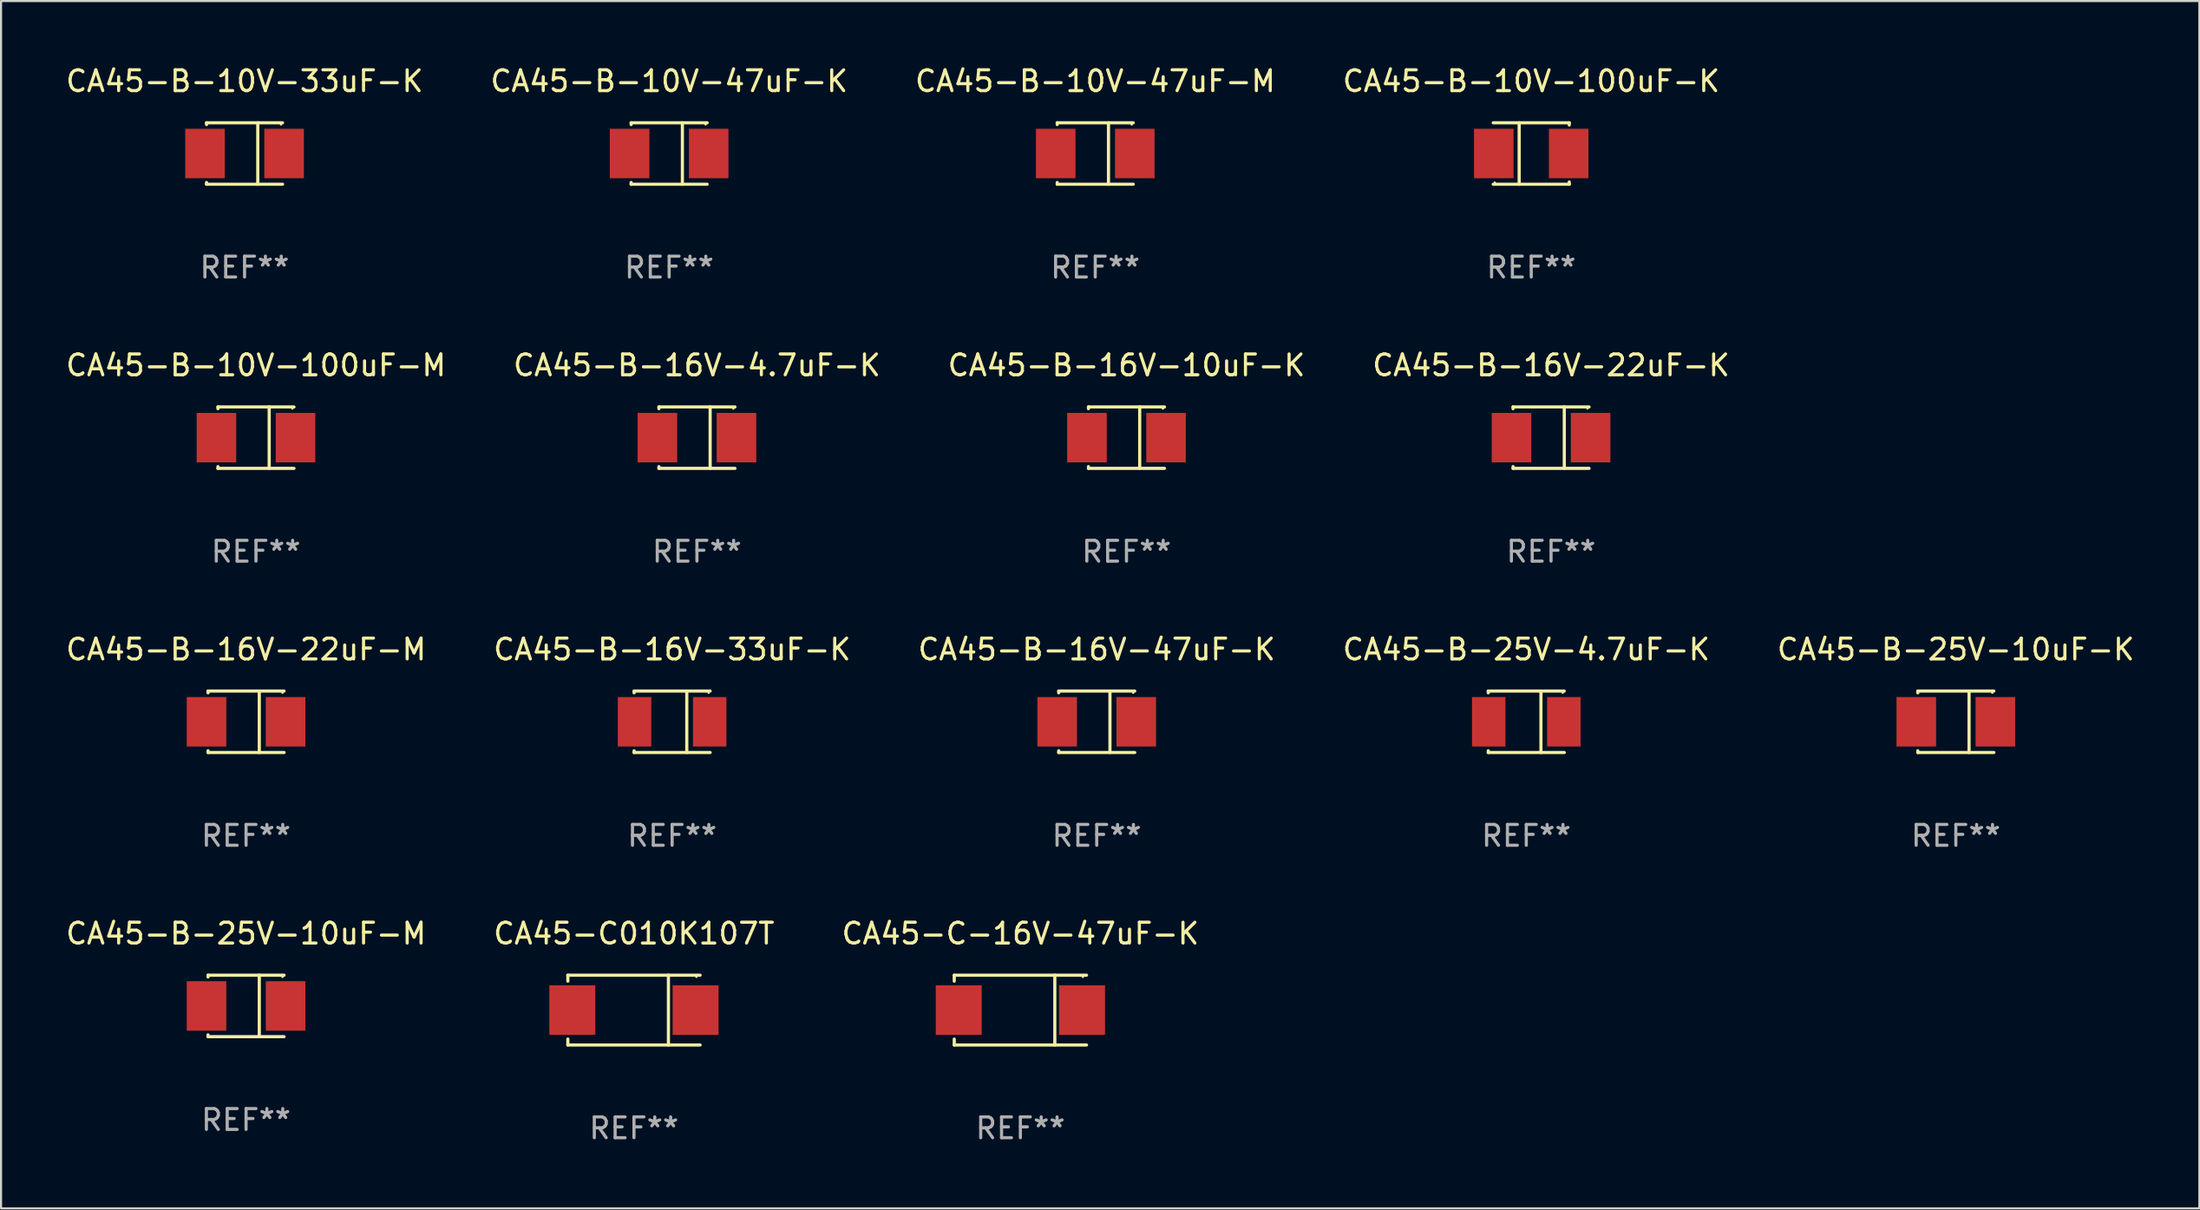
<source format=kicad_pcb>
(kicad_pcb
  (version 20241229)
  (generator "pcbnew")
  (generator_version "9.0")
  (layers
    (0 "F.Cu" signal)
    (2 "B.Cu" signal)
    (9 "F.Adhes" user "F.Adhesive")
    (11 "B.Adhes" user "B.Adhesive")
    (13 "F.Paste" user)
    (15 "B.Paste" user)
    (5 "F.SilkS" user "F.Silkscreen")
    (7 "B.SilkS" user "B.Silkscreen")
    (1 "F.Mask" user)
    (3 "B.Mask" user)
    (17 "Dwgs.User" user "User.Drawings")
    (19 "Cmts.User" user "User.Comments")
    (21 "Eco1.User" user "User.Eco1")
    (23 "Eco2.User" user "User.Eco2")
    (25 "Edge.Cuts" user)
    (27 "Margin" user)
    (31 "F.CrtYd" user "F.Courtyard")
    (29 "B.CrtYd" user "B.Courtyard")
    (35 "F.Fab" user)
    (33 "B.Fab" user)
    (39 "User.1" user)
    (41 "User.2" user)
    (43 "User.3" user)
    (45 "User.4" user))
  (footprint "CA45-C010K107T"
    (layer "F.Cu")
    (at 27.399 45.471)
    (property "Reference" "CA45-C010K107T" (at 0 -3.676 0) (layer "F.SilkS") (effects (font (size 1 1) (thickness 0.15))))
    (attr through_hole)
    (fp_line (start -3.176 -1.676) (end -3.176 -1.391) (stroke (width 0.152) (type solid)) (layer "F.SilkS"))
    (fp_line (start -3.176 -1.676) (end 3.176 -1.676) (stroke (width 0.152) (type solid)) (layer "F.SilkS"))
    (fp_line (start -3.176 1.676) (end -3.176 1.391) (stroke (width 0.152) (type solid)) (layer "F.SilkS"))
    (fp_line (start -3.176 1.676) (end 3.176 1.676) (stroke (width 0.152) (type solid)) (layer "F.SilkS"))
    (fp_line (start 1.654 -1.676) (end 1.654 1.676) (stroke (width 0.152) (type solid)) (layer "F.SilkS"))
    (fp_circle (center 3 -1.6) (end 3.03 -1.6) (stroke (width 0.06) (type solid)) (fill no) (layer "F.SilkS"))
    (fp_text user "REF**" (at 0 5.676 0) (layer "F.Fab") (effects (font (size 1 1) (thickness 0.15))))
    (pad "1" smd rect (at 2.961 0) (size 2.207 2.376) (layers "F.Cu" "F.Mask" "F.Paste"))
    (pad "2" smd rect (at -2.961 0) (size 2.207 2.376) (layers "F.Cu" "F.Mask" "F.Paste")))
  (footprint "CA45-B-16V-10uF-K"
    (layer "F.Cu")
    (at 51.054 17.973)
    (property "Reference" "CA45-B-16V-10uF-K" (at 0 -3.476 0) (layer "F.SilkS") (effects (font (size 1 1) (thickness 0.15))))
    (attr through_hole)
    (fp_line (start -1.826 -1.476) (end -1.826 -1.391) (stroke (width 0.152) (type solid)) (layer "F.SilkS"))
    (fp_line (start -1.826 -1.476) (end 1.826 -1.476) (stroke (width 0.152) (type solid)) (layer "F.SilkS"))
    (fp_line (start -1.826 1.476) (end -1.826 1.391) (stroke (width 0.152) (type solid)) (layer "F.SilkS"))
    (fp_line (start -1.826 1.476) (end 1.826 1.476) (stroke (width 0.152) (type solid)) (layer "F.SilkS"))
    (fp_line (start 0.635 -1.476) (end 0.635 1.476) (stroke (width 0.152) (type solid)) (layer "F.SilkS"))
    (fp_circle (center 1.75 -1.4) (end 1.78 -1.4) (stroke (width 0.06) (type solid)) (fill no) (layer "F.SilkS"))
    (fp_text user "REF**" (at 0 5.476 0) (layer "F.Fab") (effects (font (size 1 1) (thickness 0.15))))
    (pad "1" smd rect (at 1.899 0) (size 1.9 2.376) (layers "F.Cu" "F.Mask" "F.Paste"))
    (pad "2" smd rect (at -1.899 0) (size 1.9 2.376) (layers "F.Cu" "F.Mask" "F.Paste")))
  (footprint "CA45-B-25V-10uF-K"
    (layer "F.Cu")
    (at 90.887 31.622)
    (property "Reference" "CA45-B-25V-10uF-K" (at 0 -3.476 0) (layer "F.SilkS") (effects (font (size 1 1) (thickness 0.15))))
    (attr through_hole)
    (fp_line (start -1.826 -1.476) (end -1.826 -1.391) (stroke (width 0.152) (type solid)) (layer "F.SilkS"))
    (fp_line (start -1.826 -1.476) (end 1.826 -1.476) (stroke (width 0.152) (type solid)) (layer "F.SilkS"))
    (fp_line (start -1.826 1.476) (end -1.826 1.391) (stroke (width 0.152) (type solid)) (layer "F.SilkS"))
    (fp_line (start -1.826 1.476) (end 1.826 1.476) (stroke (width 0.152) (type solid)) (layer "F.SilkS"))
    (fp_line (start 0.635 -1.476) (end 0.635 1.476) (stroke (width 0.152) (type solid)) (layer "F.SilkS"))
    (fp_circle (center 1.75 -1.4) (end 1.78 -1.4) (stroke (width 0.06) (type solid)) (fill no) (layer "F.SilkS"))
    (fp_text user "REF**" (at 0 5.476 0) (layer "F.Fab") (effects (font (size 1 1) (thickness 0.15))))
    (pad "1" smd rect (at 1.899 0) (size 1.9 2.376) (layers "F.Cu" "F.Mask" "F.Paste"))
    (pad "2" smd rect (at -1.899 0) (size 1.9 2.376) (layers "F.Cu" "F.Mask" "F.Paste")))
  (footprint "CA45-B-16V-47uF-K"
    (layer "F.Cu")
    (at 49.625 31.622)
    (property "Reference" "CA45-B-16V-47uF-K" (at 0 -3.476 0) (layer "F.SilkS") (effects (font (size 1 1) (thickness 0.15))))
    (attr through_hole)
    (fp_line (start -1.826 -1.476) (end -1.826 -1.391) (stroke (width 0.152) (type solid)) (layer "F.SilkS"))
    (fp_line (start -1.826 -1.476) (end 1.826 -1.476) (stroke (width 0.152) (type solid)) (layer "F.SilkS"))
    (fp_line (start -1.826 1.476) (end -1.826 1.391) (stroke (width 0.152) (type solid)) (layer "F.SilkS"))
    (fp_line (start -1.826 1.476) (end 1.826 1.476) (stroke (width 0.152) (type solid)) (layer "F.SilkS"))
    (fp_line (start 0.635 -1.476) (end 0.635 1.476) (stroke (width 0.152) (type solid)) (layer "F.SilkS"))
    (fp_circle (center 1.75 -1.4) (end 1.78 -1.4) (stroke (width 0.06) (type solid)) (fill no) (layer "F.SilkS"))
    (fp_text user "REF**" (at 0 5.476 0) (layer "F.Fab") (effects (font (size 1 1) (thickness 0.15))))
    (pad "1" smd rect (at 1.899 0) (size 1.9 2.376) (layers "F.Cu" "F.Mask" "F.Paste"))
    (pad "2" smd rect (at -1.899 0) (size 1.9 2.376) (layers "F.Cu" "F.Mask" "F.Paste")))
  (footprint "CA45-B-10V-47uF-M"
    (layer "F.Cu")
    (at 49.554 4.324)
    (property "Reference" "CA45-B-10V-47uF-M" (at 0 -3.476 0) (layer "F.SilkS") (effects (font (size 1 1) (thickness 0.15))))
    (attr through_hole)
    (fp_line (start -1.826 -1.476) (end -1.826 -1.391) (stroke (width 0.152) (type solid)) (layer "F.SilkS"))
    (fp_line (start -1.826 -1.476) (end 1.826 -1.476) (stroke (width 0.152) (type solid)) (layer "F.SilkS"))
    (fp_line (start -1.826 1.476) (end -1.826 1.391) (stroke (width 0.152) (type solid)) (layer "F.SilkS"))
    (fp_line (start -1.826 1.476) (end 1.826 1.476) (stroke (width 0.152) (type solid)) (layer "F.SilkS"))
    (fp_line (start 0.635 -1.476) (end 0.635 1.476) (stroke (width 0.152) (type solid)) (layer "F.SilkS"))
    (fp_circle (center 1.75 -1.4) (end 1.78 -1.4) (stroke (width 0.06) (type solid)) (fill no) (layer "F.SilkS"))
    (fp_text user "REF**" (at 0 5.476 0) (layer "F.Fab") (effects (font (size 1 1) (thickness 0.15))))
    (pad "1" smd rect (at 1.899 0) (size 1.9 2.376) (layers "F.Cu" "F.Mask" "F.Paste"))
    (pad "2" smd rect (at -1.899 0) (size 1.9 2.376) (layers "F.Cu" "F.Mask" "F.Paste")))
  (footprint "CA45-B-10V-47uF-K"
    (layer "F.Cu")
    (at 29.089 4.324)
    (property "Reference" "CA45-B-10V-47uF-K" (at 0 -3.476 0) (layer "F.SilkS") (effects (font (size 1 1) (thickness 0.15))))
    (attr through_hole)
    (fp_line (start -1.826 -1.476) (end -1.826 -1.391) (stroke (width 0.152) (type solid)) (layer "F.SilkS"))
    (fp_line (start -1.826 -1.476) (end 1.826 -1.476) (stroke (width 0.152) (type solid)) (layer "F.SilkS"))
    (fp_line (start -1.826 1.476) (end -1.826 1.391) (stroke (width 0.152) (type solid)) (layer "F.SilkS"))
    (fp_line (start -1.826 1.476) (end 1.826 1.476) (stroke (width 0.152) (type solid)) (layer "F.SilkS"))
    (fp_line (start 0.635 -1.476) (end 0.635 1.476) (stroke (width 0.152) (type solid)) (layer "F.SilkS"))
    (fp_circle (center 1.75 -1.4) (end 1.78 -1.4) (stroke (width 0.06) (type solid)) (fill no) (layer "F.SilkS"))
    (fp_text user "REF**" (at 0 5.476 0) (layer "F.Fab") (effects (font (size 1 1) (thickness 0.15))))
    (pad "1" smd rect (at 1.899 0) (size 1.9 2.376) (layers "F.Cu" "F.Mask" "F.Paste"))
    (pad "2" smd rect (at -1.899 0) (size 1.9 2.376) (layers "F.Cu" "F.Mask" "F.Paste")))
  (footprint "CA45-B-25V-4.7uF-K"
    (layer "F.Cu")
    (at 70.256 31.622)
    (property "Reference" "CA45-B-25V-4.7uF-K" (at 0 -3.476 0) (layer "F.SilkS") (effects (font (size 1 1) (thickness 0.15))))
    (attr through_hole)
    (fp_line (start -1.826 -1.476) (end -1.826 -1.391) (stroke (width 0.152) (type solid)) (layer "F.SilkS"))
    (fp_line (start -1.826 -1.476) (end 1.826 -1.476) (stroke (width 0.152) (type solid)) (layer "F.SilkS"))
    (fp_line (start -1.826 1.476) (end -1.826 1.391) (stroke (width 0.152) (type solid)) (layer "F.SilkS"))
    (fp_line (start -1.826 1.476) (end 1.826 1.476) (stroke (width 0.152) (type solid)) (layer "F.SilkS"))
    (fp_line (start 0.704 -1.476) (end 0.704 1.476) (stroke (width 0.152) (type solid)) (layer "F.SilkS"))
    (fp_circle (center 1.75 -1.4) (end 1.78 -1.4) (stroke (width 0.06) (type solid)) (fill no) (layer "F.SilkS"))
    (fp_text user "REF**" (at 0 5.476 0) (layer "F.Fab") (effects (font (size 1 1) (thickness 0.15))))
    (pad "1" smd rect (at 1.804 0) (size 1.607 2.376) (layers "F.Cu" "F.Mask" "F.Paste"))
    (pad "2" smd rect (at -1.804 0) (size 1.607 2.376) (layers "F.Cu" "F.Mask" "F.Paste")))
  (footprint "CA45-B-16V-4.7uF-K"
    (layer "F.Cu")
    (at 30.423 17.973)
    (property "Reference" "CA45-B-16V-4.7uF-K" (at 0 -3.476 0) (layer "F.SilkS") (effects (font (size 1 1) (thickness 0.15))))
    (attr through_hole)
    (fp_line (start -1.826 -1.476) (end -1.826 -1.391) (stroke (width 0.152) (type solid)) (layer "F.SilkS"))
    (fp_line (start -1.826 -1.476) (end 1.826 -1.476) (stroke (width 0.152) (type solid)) (layer "F.SilkS"))
    (fp_line (start -1.826 1.476) (end -1.826 1.391) (stroke (width 0.152) (type solid)) (layer "F.SilkS"))
    (fp_line (start -1.826 1.476) (end 1.826 1.476) (stroke (width 0.152) (type solid)) (layer "F.SilkS"))
    (fp_line (start 0.635 -1.476) (end 0.635 1.476) (stroke (width 0.152) (type solid)) (layer "F.SilkS"))
    (fp_circle (center 1.75 -1.4) (end 1.78 -1.4) (stroke (width 0.06) (type solid)) (fill no) (layer "F.SilkS"))
    (fp_text user "REF**" (at 0 5.476 0) (layer "F.Fab") (effects (font (size 1 1) (thickness 0.15))))
    (pad "1" smd rect (at 1.899 0) (size 1.9 2.376) (layers "F.Cu" "F.Mask" "F.Paste"))
    (pad "2" smd rect (at -1.899 0) (size 1.9 2.376) (layers "F.Cu" "F.Mask" "F.Paste")))
  (footprint "CA45-B-10V-100uF-M"
    (layer "F.Cu")
    (at 9.244 17.973)
    (property "Reference" "CA45-B-10V-100uF-M" (at 0 -3.476 0) (layer "F.SilkS") (effects (font (size 1 1) (thickness 0.15))))
    (attr through_hole)
    (fp_line (start -1.826 -1.476) (end -1.826 -1.391) (stroke (width 0.152) (type solid)) (layer "F.SilkS"))
    (fp_line (start -1.826 -1.476) (end 1.826 -1.476) (stroke (width 0.152) (type solid)) (layer "F.SilkS"))
    (fp_line (start -1.826 1.476) (end -1.826 1.391) (stroke (width 0.152) (type solid)) (layer "F.SilkS"))
    (fp_line (start -1.826 1.476) (end 1.826 1.476) (stroke (width 0.152) (type solid)) (layer "F.SilkS"))
    (fp_line (start 0.635 -1.476) (end 0.635 1.476) (stroke (width 0.152) (type solid)) (layer "F.SilkS"))
    (fp_circle (center 1.75 -1.4) (end 1.78 -1.4) (stroke (width 0.06) (type solid)) (fill no) (layer "F.SilkS"))
    (fp_text user "REF**" (at 0 5.476 0) (layer "F.Fab") (effects (font (size 1 1) (thickness 0.15))))
    (pad "1" smd rect (at 1.899 0) (size 1.9 2.376) (layers "F.Cu" "F.Mask" "F.Paste"))
    (pad "2" smd rect (at -1.899 0) (size 1.9 2.376) (layers "F.Cu" "F.Mask" "F.Paste")))
  (footprint "CA45-B-10V-33uF-K"
    (layer "F.Cu")
    (at 8.696 4.324)
    (property "Reference" "CA45-B-10V-33uF-K" (at 0 -3.476 0) (layer "F.SilkS") (effects (font (size 1 1) (thickness 0.15))))
    (attr through_hole)
    (fp_line (start -1.826 -1.476) (end -1.826 -1.391) (stroke (width 0.152) (type solid)) (layer "F.SilkS"))
    (fp_line (start -1.826 -1.476) (end 1.826 -1.476) (stroke (width 0.152) (type solid)) (layer "F.SilkS"))
    (fp_line (start -1.826 1.476) (end -1.826 1.391) (stroke (width 0.152) (type solid)) (layer "F.SilkS"))
    (fp_line (start -1.826 1.476) (end 1.826 1.476) (stroke (width 0.152) (type solid)) (layer "F.SilkS"))
    (fp_line (start 0.635 -1.476) (end 0.635 1.476) (stroke (width 0.152) (type solid)) (layer "F.SilkS"))
    (fp_circle (center 1.75 -1.4) (end 1.78 -1.4) (stroke (width 0.06) (type solid)) (fill no) (layer "F.SilkS"))
    (fp_text user "REF**" (at 0 5.476 0) (layer "F.Fab") (effects (font (size 1 1) (thickness 0.15))))
    (pad "1" smd rect (at 1.899 0) (size 1.9 2.376) (layers "F.Cu" "F.Mask" "F.Paste"))
    (pad "2" smd rect (at -1.899 0) (size 1.9 2.376) (layers "F.Cu" "F.Mask" "F.Paste")))
  (footprint "CA45-B-16V-22uF-M"
    (layer "F.Cu")
    (at 8.768 31.622)
    (property "Reference" "CA45-B-16V-22uF-M" (at 0 -3.476 0) (layer "F.SilkS") (effects (font (size 1 1) (thickness 0.15))))
    (attr through_hole)
    (fp_line (start -1.826 -1.476) (end -1.826 -1.391) (stroke (width 0.152) (type solid)) (layer "F.SilkS"))
    (fp_line (start -1.826 -1.476) (end 1.826 -1.476) (stroke (width 0.152) (type solid)) (layer "F.SilkS"))
    (fp_line (start -1.826 1.476) (end -1.826 1.391) (stroke (width 0.152) (type solid)) (layer "F.SilkS"))
    (fp_line (start -1.826 1.476) (end 1.826 1.476) (stroke (width 0.152) (type solid)) (layer "F.SilkS"))
    (fp_line (start 0.635 -1.476) (end 0.635 1.476) (stroke (width 0.152) (type solid)) (layer "F.SilkS"))
    (fp_circle (center 1.75 -1.4) (end 1.78 -1.4) (stroke (width 0.06) (type solid)) (fill no) (layer "F.SilkS"))
    (fp_text user "REF**" (at 0 5.476 0) (layer "F.Fab") (effects (font (size 1 1) (thickness 0.15))))
    (pad "1" smd rect (at 1.899 0) (size 1.9 2.376) (layers "F.Cu" "F.Mask" "F.Paste"))
    (pad "2" smd rect (at -1.899 0) (size 1.9 2.376) (layers "F.Cu" "F.Mask" "F.Paste")))
  (footprint "CA45-B-16V-33uF-K"
    (layer "F.Cu")
    (at 29.232 31.622)
    (property "Reference" "CA45-B-16V-33uF-K" (at 0 -3.476 0) (layer "F.SilkS") (effects (font (size 1 1) (thickness 0.15))))
    (attr through_hole)
    (fp_line (start -1.826 -1.476) (end -1.826 -1.391) (stroke (width 0.152) (type solid)) (layer "F.SilkS"))
    (fp_line (start -1.826 -1.476) (end 1.826 -1.476) (stroke (width 0.152) (type solid)) (layer "F.SilkS"))
    (fp_line (start -1.826 1.476) (end -1.826 1.391) (stroke (width 0.152) (type solid)) (layer "F.SilkS"))
    (fp_line (start -1.826 1.476) (end 1.826 1.476) (stroke (width 0.152) (type solid)) (layer "F.SilkS"))
    (fp_line (start 0.704 -1.476) (end 0.704 1.476) (stroke (width 0.152) (type solid)) (layer "F.SilkS"))
    (fp_circle (center 1.75 -1.4) (end 1.78 -1.4) (stroke (width 0.06) (type solid)) (fill no) (layer "F.SilkS"))
    (fp_text user "REF**" (at 0 5.476 0) (layer "F.Fab") (effects (font (size 1 1) (thickness 0.15))))
    (pad "1" smd rect (at 1.804 0) (size 1.607 2.376) (layers "F.Cu" "F.Mask" "F.Paste"))
    (pad "2" smd rect (at -1.804 0) (size 1.607 2.376) (layers "F.Cu" "F.Mask" "F.Paste")))
  (footprint "CA45-B-10V-100uF-K"
    (layer "F.Cu")
    (at 70.494 4.324)
    (property "Reference" "CA45-B-10V-100uF-K" (at 0 -3.476 0) (layer "F.SilkS") (effects (font (size 1 1) (thickness 0.15))))
    (attr through_hole)
    (fp_line (start -1.826 -1.476) (end 1.826 -1.476) (stroke (width 0.152) (type solid)) (layer "F.SilkS"))
    (fp_line (start -1.826 1.476) (end 1.826 1.476) (stroke (width 0.152) (type solid)) (layer "F.SilkS"))
    (fp_line (start -0.58 -1.476) (end -0.58 1.476) (stroke (width 0.152) (type solid)) (layer "F.SilkS"))
    (fp_line (start 1.826 -1.476) (end 1.826 -1.368) (stroke (width 0.152) (type solid)) (layer "F.SilkS"))
    (fp_line (start 1.826 1.368) (end 1.826 1.476) (stroke (width 0.152) (type solid)) (layer "F.SilkS"))
    (fp_circle (center -1.75 1.4) (end -1.72 1.4) (stroke (width 0.06) (type solid)) (fill no) (layer "F.SilkS"))
    (fp_text user "REF**" (at 0 5.476 0) (layer "F.Fab") (effects (font (size 1 1) (thickness 0.15))))
    (pad "1" smd rect (at -1.799 0) (size 1.9 2.376) (layers "F.Cu" "F.Mask" "F.Paste"))
    (pad "2" smd rect (at 1.799 0) (size 1.9 2.376) (layers "F.Cu" "F.Mask" "F.Paste")))
  (footprint "CA45-B-16V-22uF-K"
    (layer "F.Cu")
    (at 71.446 17.973)
    (property "Reference" "CA45-B-16V-22uF-K" (at 0 -3.476 0) (layer "F.SilkS") (effects (font (size 1 1) (thickness 0.15))))
    (attr through_hole)
    (fp_line (start -1.826 -1.476) (end -1.826 -1.391) (stroke (width 0.152) (type solid)) (layer "F.SilkS"))
    (fp_line (start -1.826 -1.476) (end 1.826 -1.476) (stroke (width 0.152) (type solid)) (layer "F.SilkS"))
    (fp_line (start -1.826 1.476) (end -1.826 1.391) (stroke (width 0.152) (type solid)) (layer "F.SilkS"))
    (fp_line (start -1.826 1.476) (end 1.826 1.476) (stroke (width 0.152) (type solid)) (layer "F.SilkS"))
    (fp_line (start 0.635 -1.476) (end 0.635 1.476) (stroke (width 0.152) (type solid)) (layer "F.SilkS"))
    (fp_circle (center 1.75 -1.4) (end 1.78 -1.4) (stroke (width 0.06) (type solid)) (fill no) (layer "F.SilkS"))
    (fp_text user "REF**" (at 0 5.476 0) (layer "F.Fab") (effects (font (size 1 1) (thickness 0.15))))
    (pad "1" smd rect (at 1.899 0) (size 1.9 2.376) (layers "F.Cu" "F.Mask" "F.Paste"))
    (pad "2" smd rect (at -1.899 0) (size 1.9 2.376) (layers "F.Cu" "F.Mask" "F.Paste")))
  (footprint "CA45-C-16V-47uF-K"
    (layer "F.Cu")
    (at 45.958 45.471)
    (property "Reference" "CA45-C-16V-47uF-K" (at 0 -3.676 0) (layer "F.SilkS") (effects (font (size 1 1) (thickness 0.15))))
    (attr through_hole)
    (fp_line (start -3.176 -1.676) (end -3.176 -1.391) (stroke (width 0.152) (type solid)) (layer "F.SilkS"))
    (fp_line (start -3.176 -1.676) (end 3.176 -1.676) (stroke (width 0.152) (type solid)) (layer "F.SilkS"))
    (fp_line (start -3.176 1.676) (end -3.176 1.391) (stroke (width 0.152) (type solid)) (layer "F.SilkS"))
    (fp_line (start -3.176 1.676) (end 3.176 1.676) (stroke (width 0.152) (type solid)) (layer "F.SilkS"))
    (fp_line (start 1.654 -1.676) (end 1.654 1.676) (stroke (width 0.152) (type solid)) (layer "F.SilkS"))
    (fp_circle (center 3 -1.6) (end 3.03 -1.6) (stroke (width 0.06) (type solid)) (fill no) (layer "F.SilkS"))
    (fp_text user "REF**" (at 0 5.676 0) (layer "F.Fab") (effects (font (size 1 1) (thickness 0.15))))
    (pad "1" smd rect (at 2.961 0) (size 2.207 2.376) (layers "F.Cu" "F.Mask" "F.Paste"))
    (pad "2" smd rect (at -2.961 0) (size 2.207 2.376) (layers "F.Cu" "F.Mask" "F.Paste")))
  (footprint "CA45-B-25V-10uF-M"
    (layer "F.Cu")
    (at 8.768 45.271)
    (property "Reference" "CA45-B-25V-10uF-M" (at 0 -3.476 0) (layer "F.SilkS") (effects (font (size 1 1) (thickness 0.15))))
    (attr through_hole)
    (fp_line (start -1.826 -1.476) (end -1.826 -1.391) (stroke (width 0.152) (type solid)) (layer "F.SilkS"))
    (fp_line (start -1.826 -1.476) (end 1.826 -1.476) (stroke (width 0.152) (type solid)) (layer "F.SilkS"))
    (fp_line (start -1.826 1.476) (end -1.826 1.391) (stroke (width 0.152) (type solid)) (layer "F.SilkS"))
    (fp_line (start -1.826 1.476) (end 1.826 1.476) (stroke (width 0.152) (type solid)) (layer "F.SilkS"))
    (fp_line (start 0.635 -1.476) (end 0.635 1.476) (stroke (width 0.152) (type solid)) (layer "F.SilkS"))
    (fp_circle (center 1.75 -1.4) (end 1.78 -1.4) (stroke (width 0.06) (type solid)) (fill no) (layer "F.SilkS"))
    (fp_text user "REF**" (at 0 5.476 0) (layer "F.Fab") (effects (font (size 1 1) (thickness 0.15))))
    (pad "1" smd rect (at 1.899 0) (size 1.9 2.376) (layers "F.Cu" "F.Mask" "F.Paste"))
    (pad "2" smd rect (at -1.899 0) (size 1.9 2.376) (layers "F.Cu" "F.Mask" "F.Paste")))
  (gr_rect
    (start -3 -3)
    (end 102.583 54.996)
    (stroke (width 0.1) (type default))
    (fill no)
    (layer "Edge.Cuts")))
</source>
